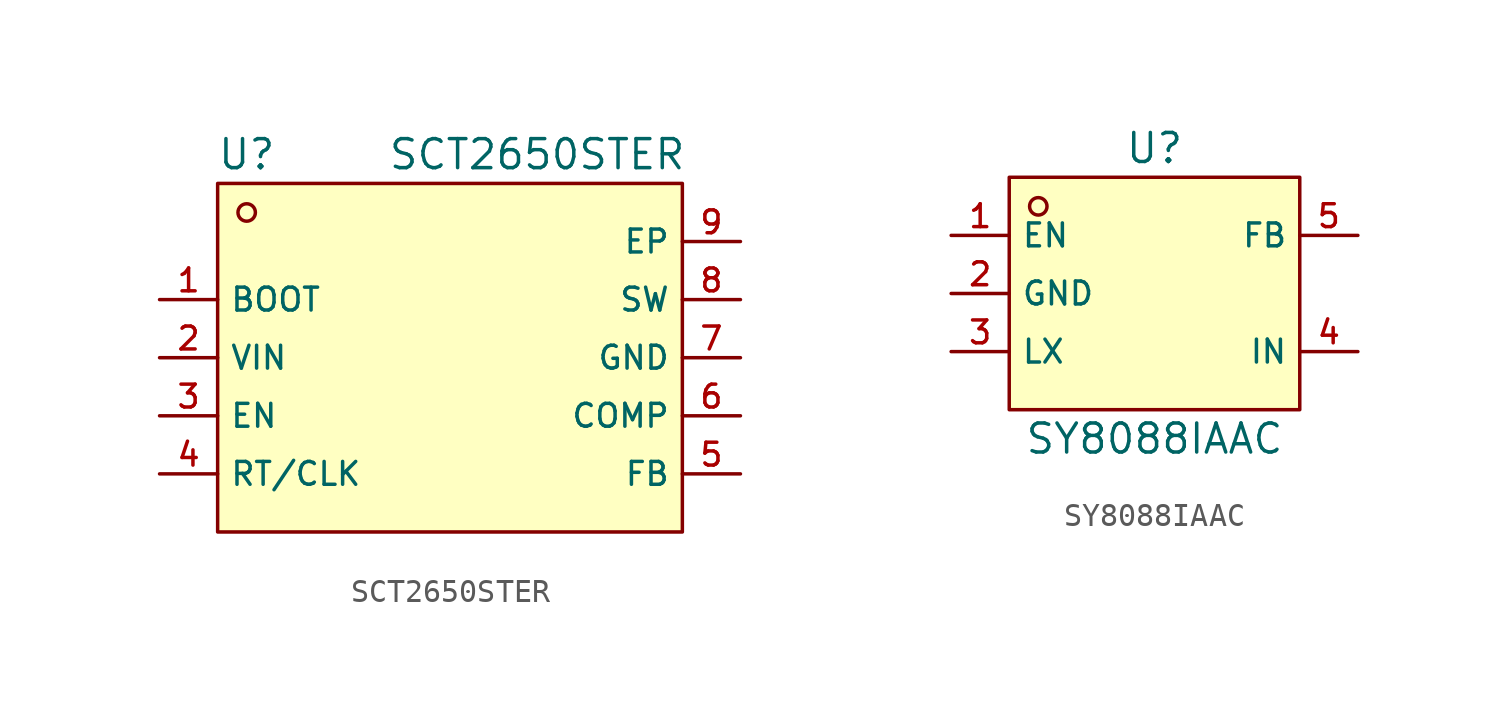
<source format=kicad_sym>
(kicad_symbol_lib
  (version 20220914)
  (generator kicad_symbol_editor)
  (symbol "SCT2650STER"
    (property "Reference" "U"
      (at -8.89 8.89 0)
      (effects (font (size 1.27 1.27))))
    (property "Value" "SCT2650STER"
      (at 3.81 8.89 0)
      (effects (font (size 1.27 1.27))))
    (symbol "SCT2650STER_0_1"
      (rectangle (start -10.16 7.62) (end 10.16 -7.62) (stroke (width 0) (type default)) (fill (type background)))
      (circle (center -8.89 6.35) (radius 0.381) (stroke (width 0) (type default)) (fill (type background)))
      (pin input line (at -12.7 2.54 0) (length 2.54) (name "BOOT" (effects (font (size 1 1)))) (number "1" (effects (font (size 1 1)))))
      (pin power_in line (at -12.7 0 0) (length 2.54) (name "VIN" (effects (font (size 1 1)))) (number "2" (effects (font (size 1 1)))))
      (pin input line (at -12.7 -2.54 0) (length 2.54) (name "EN" (effects (font (size 1 1)))) (number "3" (effects (font (size 1 1)))))
      (pin input line (at -12.7 -5.08 0) (length 2.54) (name "RT/CLK" (effects (font (size 1 1)))) (number "4" (effects (font (size 1 1)))))
      (pin input line (at 12.7 -5.08 180) (length 2.54) (name "FB" (effects (font (size 1 1)))) (number "5" (effects (font (size 1 1)))))
      (pin input line (at 12.7 -2.54 180) (length 2.54) (name "COMP" (effects (font (size 1 1)))) (number "6" (effects (font (size 1 1)))))
      (pin power_in line (at 12.7 0 180) (length 2.54) (name "GND" (effects (font (size 1 1)))) (number "7" (effects (font (size 1 1)))))
      (pin power_out line (at 12.7 2.54 180) (length 2.54) (name "SW" (effects (font (size 1 1)))) (number "8" (effects (font (size 1 1)))))
      (pin power_in line (at 12.7 5.08 180) (length 2.54) (name "EP" (effects (font (size 1 1)))) (number "9" (effects (font (size 1 1)))))))
  (symbol "SY8088IAAC"
    (property "Reference" "U"
      (at 0 6.35 0)
      (effects (font (size 1.27 1.27))))
    (property "Value" "SY8088IAAC"
      (at 0 -6.35 0)
      (effects (font (size 1.27 1.27))))
    (symbol "SY8088IAAC_0_1"
      (rectangle (start -6.35 5.08) (end 6.35 -5.08) (stroke (width 0) (type default)) (fill (type background)))
      (circle (center -5.08 3.81) (radius 0.381) (stroke (width 0) (type default)) (fill (type background)))
      (pin unspecified line (at -8.89 2.54 0) (length 2.54) (name "EN" (effects (font (size 1 1)))) (number "1" (effects (font (size 1 1)))))
      (pin unspecified line (at -8.89 0 0) (length 2.54) (name "GND" (effects (font (size 1 1)))) (number "2" (effects (font (size 1 1)))))
      (pin unspecified line (at -8.89 -2.54 0) (length 2.54) (name "LX" (effects (font (size 1 1)))) (number "3" (effects (font (size 1 1)))))
      (pin unspecified line (at 8.89 -2.54 180) (length 2.54) (name "IN" (effects (font (size 1 1)))) (number "4" (effects (font (size 1 1)))))
      (pin unspecified line (at 8.89 2.54 180) (length 2.54) (name "FB" (effects (font (size 1 1)))) (number "5" (effects (font (size 1 1))))))))
</source>
